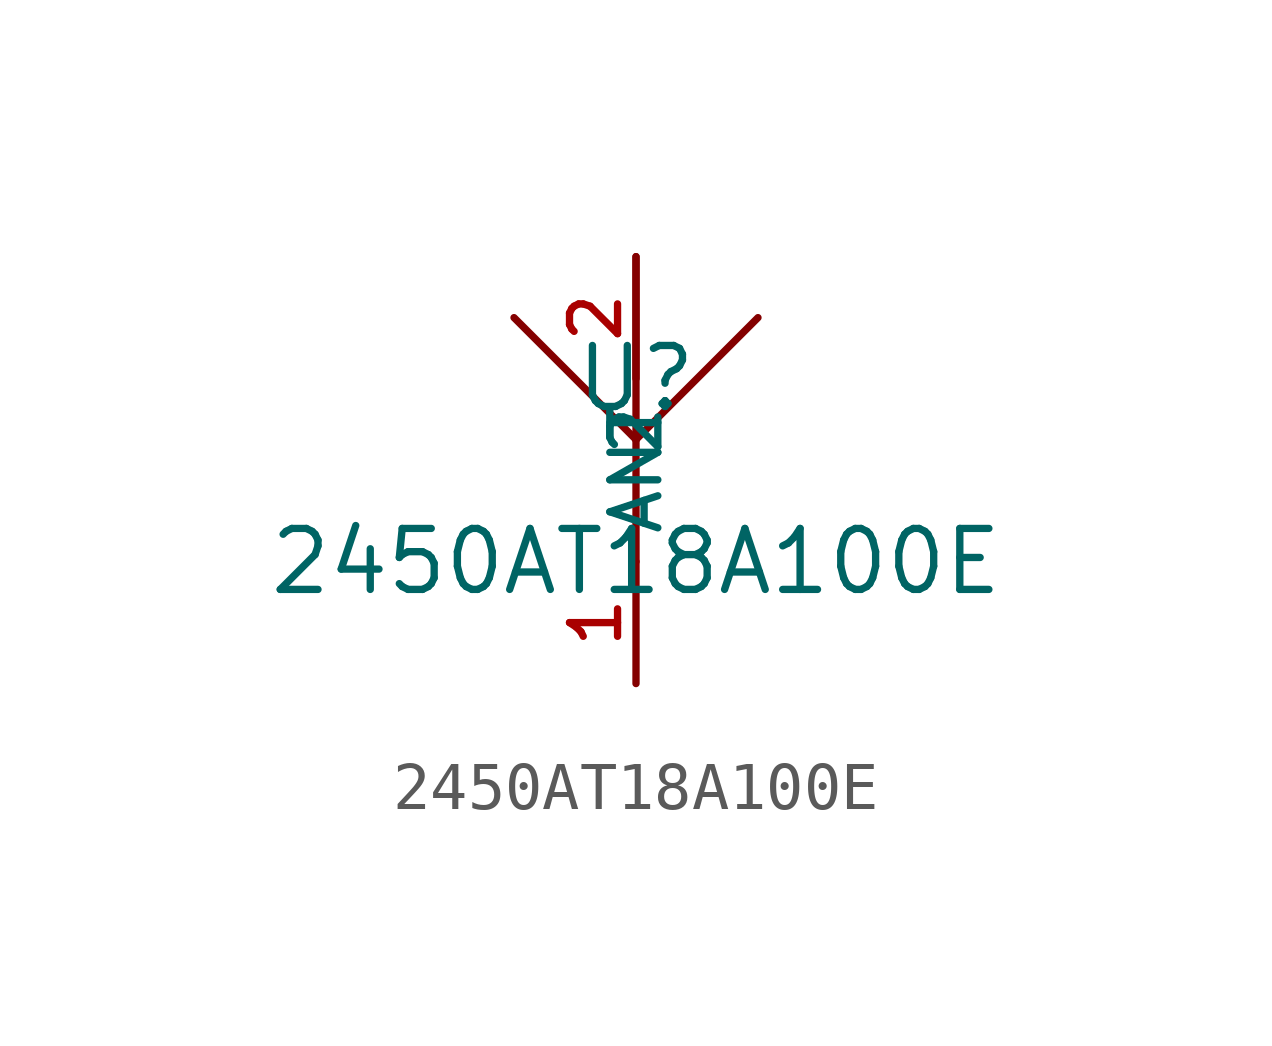
<source format=kicad_sym>
(kicad_symbol_lib
  (version 20210201)
  (generator TousstNicolas/JLC2KiCad_lib)
  (symbol "2450AT18A100E"
    (property "Reference" "U"
      (at 0 1.27 0)
      (effects (font (size 1.27 1.27))))
    (property "Value" "2450AT18A100E"
      (at 0 -2.54 0)
      (effects (font (size 1.27 1.27))))
    (symbol "2450AT18A100E_0_1"
      (polyline (pts (xy 0.0 -0.0) (xy -2.54 2.54)) (stroke (width 0) (type default) (color 0 0 0 0)) (fill (type none)))
      (polyline (pts (xy 2.54 2.54) (xy 0.0 -0.0)) (stroke (width 0) (type default) (color 0 0 0 0)) (fill (type none)))
      (polyline (pts (xy 0.0 -0.0) (xy 0.0 -2.54)) (stroke (width 0) (type default) (color 0 0 0 0)) (fill (type none)))
      (pin unspecified line (at 0.0 -5.08 90) (length 2.54) (name "ANT" (effects (font (size 1 1)))) (number "1" (effects (font (size 1 1)))))
      (polyline (pts (xy 0.0 -0.0) (xy 0.0 3.81)) (stroke (width 0) (type default) (color 0 0 0 0)) (fill (type none)))
      (pin unspecified line (at 0.0 3.81 270) (length 2.54) (name "2" (effects (font (size 1 1)))) (number "2" (effects (font (size 1 1))))))))
</source>
